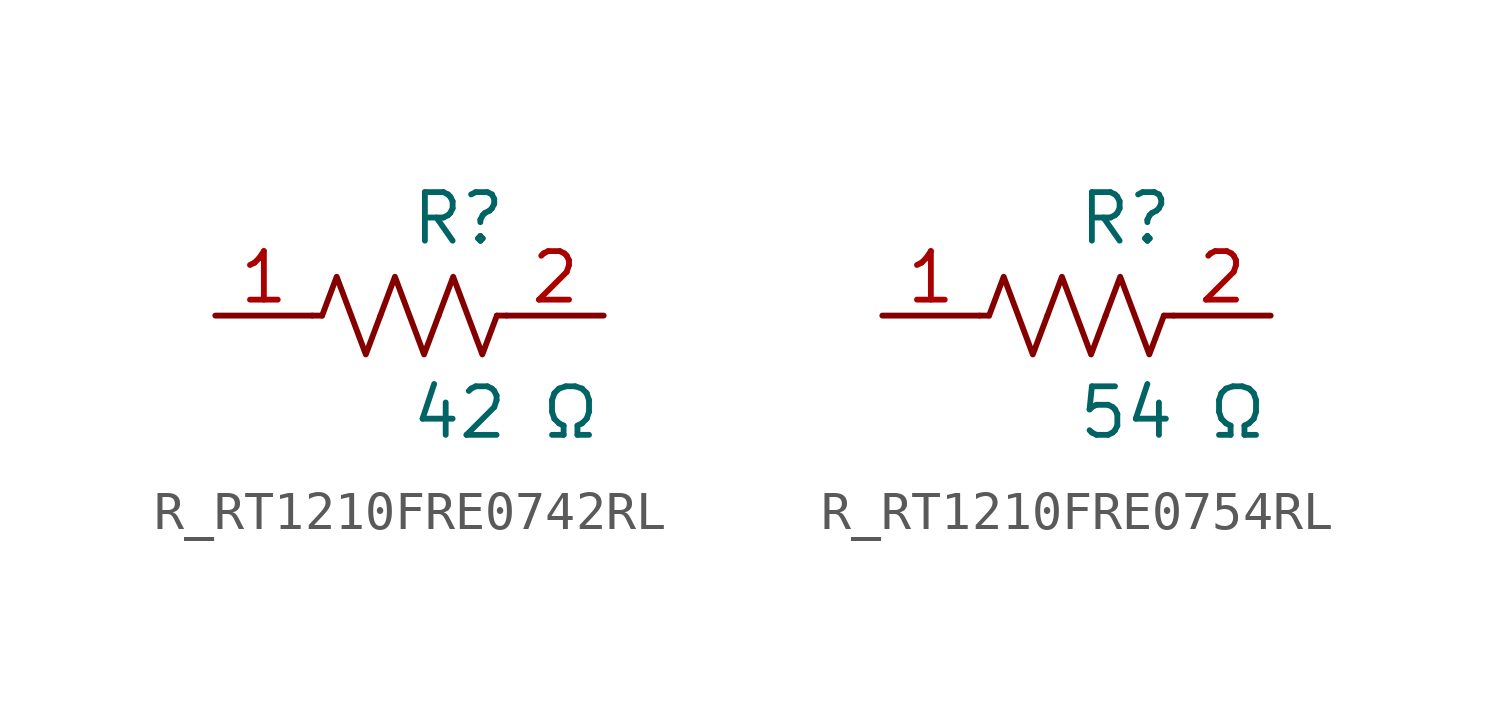
<source format=kicad_sym>
(kicad_symbol_lib
  (version 20231120)
  (generator kicad_symbol_editor)
  (generator_version 8.0)
  (symbol "R_RT1210FRE0742RL"
    (pin_names
      (offset 0.254))
    (property "Reference" "R"
      (at 0 2.54 0)
      (effects (font (size 1.27 1.27)) (justify left)))
    (property "Value" "42 Ω"
      (at 0 -2.54 0)
      (effects (font (size 1.27 1.27)) (justify left)))
    (symbol "R_RT1210FRE0742RL_0_1"
      (polyline (pts (xy 2.286 0) (xy 2.54 0)) (stroke (width 0) (type default)) (fill (type none)))
      (polyline (pts (xy -2.286 0) (xy -2.54 0)) (stroke (width 0) (type default)) (fill (type none)))
      (polyline (pts (xy 0.762 0) (xy 1.143 1.016) (xy 1.524 0) (xy 1.905 -1.016) (xy 2.286 0)) (stroke (width 0) (type default)) (fill (type none)))
      (polyline (pts (xy -0.762 0) (xy -0.381 1.016) (xy 0 0) (xy 0.381 -1.016) (xy 0.762 0)) (stroke (width 0) (type default)) (fill (type none)))
      (polyline (pts (xy -2.286 0) (xy -1.905 1.016) (xy -1.524 0) (xy -1.143 -1.016) (xy -0.762 0)) (stroke (width 0) (type default)) (fill (type none))))
    (pin unspecified line
      (at -5.08 0 0)
      (length 2.54)
      (name "" (effects (font (size 1.27 1.27))))
      (number "1" (effects (font (size 1.27 1.27)))))
    (pin unspecified line
      (at 5.08 0 180)
      (length 2.54)
      (name "" (effects (font (size 1.27 1.27))))
      (number "2" (effects (font (size 1.27 1.27))))))
  (symbol "R_RT1210FRE0754RL"
    (pin_names
      (offset 0.254))
    (property "Reference" "R"
      (at 0 2.54 0)
      (effects (font (size 1.27 1.27)) (justify left)))
    (property "Value" "54 Ω"
      (at 0 -2.54 0)
      (effects (font (size 1.27 1.27)) (justify left)))
    (symbol "R_RT1210FRE0754RL_0_1"
      (polyline (pts (xy 2.286 0) (xy 2.54 0)) (stroke (width 0) (type default)) (fill (type none)))
      (polyline (pts (xy -2.286 0) (xy -2.54 0)) (stroke (width 0) (type default)) (fill (type none)))
      (polyline (pts (xy 0.762 0) (xy 1.143 1.016) (xy 1.524 0) (xy 1.905 -1.016) (xy 2.286 0)) (stroke (width 0) (type default)) (fill (type none)))
      (polyline (pts (xy -0.762 0) (xy -0.381 1.016) (xy 0 0) (xy 0.381 -1.016) (xy 0.762 0)) (stroke (width 0) (type default)) (fill (type none)))
      (polyline (pts (xy -2.286 0) (xy -1.905 1.016) (xy -1.524 0) (xy -1.143 -1.016) (xy -0.762 0)) (stroke (width 0) (type default)) (fill (type none))))
    (pin unspecified line
      (at -5.08 0 0)
      (length 2.54)
      (name "" (effects (font (size 1.27 1.27))))
      (number "1" (effects (font (size 1.27 1.27)))))
    (pin unspecified line
      (at 5.08 0 180)
      (length 2.54)
      (name "" (effects (font (size 1.27 1.27))))
      (number "2" (effects (font (size 1.27 1.27)))))))
</source>
